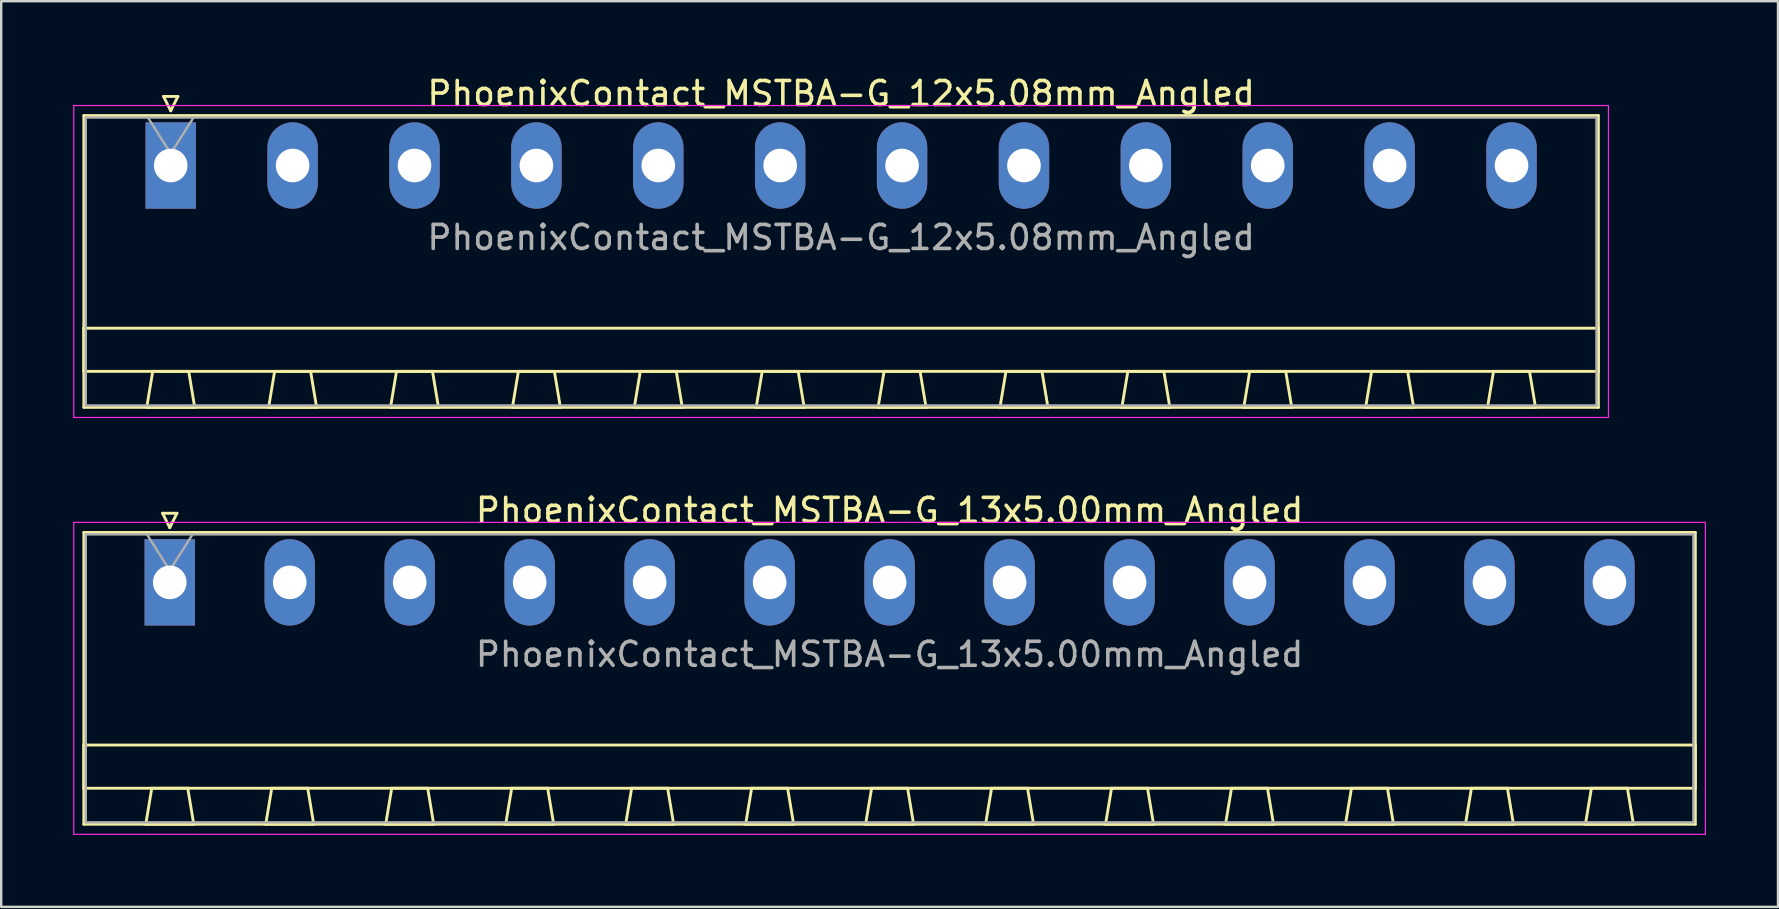
<source format=kicad_pcb>
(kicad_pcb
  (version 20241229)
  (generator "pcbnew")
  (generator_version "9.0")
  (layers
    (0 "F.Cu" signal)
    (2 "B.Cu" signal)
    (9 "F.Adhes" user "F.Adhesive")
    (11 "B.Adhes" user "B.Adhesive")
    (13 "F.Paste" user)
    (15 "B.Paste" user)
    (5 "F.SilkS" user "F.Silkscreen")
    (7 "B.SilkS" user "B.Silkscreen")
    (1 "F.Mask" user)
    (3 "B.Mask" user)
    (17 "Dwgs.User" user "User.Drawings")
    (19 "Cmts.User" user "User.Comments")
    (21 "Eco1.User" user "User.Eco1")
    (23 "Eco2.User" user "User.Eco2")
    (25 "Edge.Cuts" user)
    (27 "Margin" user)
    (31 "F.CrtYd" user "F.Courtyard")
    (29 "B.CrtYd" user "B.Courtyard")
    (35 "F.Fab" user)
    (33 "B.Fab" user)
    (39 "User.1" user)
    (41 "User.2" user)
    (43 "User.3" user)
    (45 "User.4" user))
  (footprint "PhoenixContact_MSTBA-G_13x5.00mm_Angled"
    (layer "F.Cu")
    (at 4.025 21.221)
    (property "Reference" "PhoenixContact_MSTBA-G_13x5.00mm_Angled" (at 30 -3 0) (layer "F.SilkS") (effects (font (size 1 1) (thickness 0.15))))
    (attr through_hole)
    (fp_line (start -3.58 -2.08) (end -3.58 10.08) (stroke (width 0.12) (type solid)) (layer "F.SilkS"))
    (fp_line (start -3.58 6.78) (end 63.58 6.78) (stroke (width 0.12) (type solid)) (layer "F.SilkS"))
    (fp_line (start -3.58 8.58) (end -3.58 6.78) (stroke (width 0.12) (type solid)) (layer "F.SilkS"))
    (fp_line (start -3.58 10.08) (end 63.58 10.08) (stroke (width 0.12) (type solid)) (layer "F.SilkS"))
    (fp_line (start -1 10.08) (end 1 10.08) (stroke (width 0.12) (type solid)) (layer "F.SilkS"))
    (fp_line (start -0.75 8.58) (end -1 10.08) (stroke (width 0.12) (type solid)) (layer "F.SilkS"))
    (fp_line (start -0.3 -2.88) (end 0.3 -2.88) (stroke (width 0.12) (type solid)) (layer "F.SilkS"))
    (fp_line (start 0 -2.28) (end -0.3 -2.88) (stroke (width 0.12) (type solid)) (layer "F.SilkS"))
    (fp_line (start 0.3 -2.88) (end 0 -2.28) (stroke (width 0.12) (type solid)) (layer "F.SilkS"))
    (fp_line (start 0.75 8.58) (end -0.75 8.58) (stroke (width 0.12) (type solid)) (layer "F.SilkS"))
    (fp_line (start 1 10.08) (end 0.75 8.58) (stroke (width 0.12) (type solid)) (layer "F.SilkS"))
    (fp_line (start 4 10.08) (end 6 10.08) (stroke (width 0.12) (type solid)) (layer "F.SilkS"))
    (fp_line (start 4.25 8.58) (end 4 10.08) (stroke (width 0.12) (type solid)) (layer "F.SilkS"))
    (fp_line (start 5.75 8.58) (end 4.25 8.58) (stroke (width 0.12) (type solid)) (layer "F.SilkS"))
    (fp_line (start 6 10.08) (end 5.75 8.58) (stroke (width 0.12) (type solid)) (layer "F.SilkS"))
    (fp_line (start 9 10.08) (end 11 10.08) (stroke (width 0.12) (type solid)) (layer "F.SilkS"))
    (fp_line (start 9.25 8.58) (end 9 10.08) (stroke (width 0.12) (type solid)) (layer "F.SilkS"))
    (fp_line (start 10.75 8.58) (end 9.25 8.58) (stroke (width 0.12) (type solid)) (layer "F.SilkS"))
    (fp_line (start 11 10.08) (end 10.75 8.58) (stroke (width 0.12) (type solid)) (layer "F.SilkS"))
    (fp_line (start 14 10.08) (end 16 10.08) (stroke (width 0.12) (type solid)) (layer "F.SilkS"))
    (fp_line (start 14.25 8.58) (end 14 10.08) (stroke (width 0.12) (type solid)) (layer "F.SilkS"))
    (fp_line (start 15.75 8.58) (end 14.25 8.58) (stroke (width 0.12) (type solid)) (layer "F.SilkS"))
    (fp_line (start 16 10.08) (end 15.75 8.58) (stroke (width 0.12) (type solid)) (layer "F.SilkS"))
    (fp_line (start 19 10.08) (end 21 10.08) (stroke (width 0.12) (type solid)) (layer "F.SilkS"))
    (fp_line (start 19.25 8.58) (end 19 10.08) (stroke (width 0.12) (type solid)) (layer "F.SilkS"))
    (fp_line (start 20.75 8.58) (end 19.25 8.58) (stroke (width 0.12) (type solid)) (layer "F.SilkS"))
    (fp_line (start 21 10.08) (end 20.75 8.58) (stroke (width 0.12) (type solid)) (layer "F.SilkS"))
    (fp_line (start 24 10.08) (end 26 10.08) (stroke (width 0.12) (type solid)) (layer "F.SilkS"))
    (fp_line (start 24.25 8.58) (end 24 10.08) (stroke (width 0.12) (type solid)) (layer "F.SilkS"))
    (fp_line (start 25.75 8.58) (end 24.25 8.58) (stroke (width 0.12) (type solid)) (layer "F.SilkS"))
    (fp_line (start 26 10.08) (end 25.75 8.58) (stroke (width 0.12) (type solid)) (layer "F.SilkS"))
    (fp_line (start 29 10.08) (end 31 10.08) (stroke (width 0.12) (type solid)) (layer "F.SilkS"))
    (fp_line (start 29.25 8.58) (end 29 10.08) (stroke (width 0.12) (type solid)) (layer "F.SilkS"))
    (fp_line (start 30.75 8.58) (end 29.25 8.58) (stroke (width 0.12) (type solid)) (layer "F.SilkS"))
    (fp_line (start 31 10.08) (end 30.75 8.58) (stroke (width 0.12) (type solid)) (layer "F.SilkS"))
    (fp_line (start 34 10.08) (end 36 10.08) (stroke (width 0.12) (type solid)) (layer "F.SilkS"))
    (fp_line (start 34.25 8.58) (end 34 10.08) (stroke (width 0.12) (type solid)) (layer "F.SilkS"))
    (fp_line (start 35.75 8.58) (end 34.25 8.58) (stroke (width 0.12) (type solid)) (layer "F.SilkS"))
    (fp_line (start 36 10.08) (end 35.75 8.58) (stroke (width 0.12) (type solid)) (layer "F.SilkS"))
    (fp_line (start 39 10.08) (end 41 10.08) (stroke (width 0.12) (type solid)) (layer "F.SilkS"))
    (fp_line (start 39.25 8.58) (end 39 10.08) (stroke (width 0.12) (type solid)) (layer "F.SilkS"))
    (fp_line (start 40.75 8.58) (end 39.25 8.58) (stroke (width 0.12) (type solid)) (layer "F.SilkS"))
    (fp_line (start 41 10.08) (end 40.75 8.58) (stroke (width 0.12) (type solid)) (layer "F.SilkS"))
    (fp_line (start 44 10.08) (end 46 10.08) (stroke (width 0.12) (type solid)) (layer "F.SilkS"))
    (fp_line (start 44.25 8.58) (end 44 10.08) (stroke (width 0.12) (type solid)) (layer "F.SilkS"))
    (fp_line (start 45.75 8.58) (end 44.25 8.58) (stroke (width 0.12) (type solid)) (layer "F.SilkS"))
    (fp_line (start 46 10.08) (end 45.75 8.58) (stroke (width 0.12) (type solid)) (layer "F.SilkS"))
    (fp_line (start 49 10.08) (end 51 10.08) (stroke (width 0.12) (type solid)) (layer "F.SilkS"))
    (fp_line (start 49.25 8.58) (end 49 10.08) (stroke (width 0.12) (type solid)) (layer "F.SilkS"))
    (fp_line (start 50.75 8.58) (end 49.25 8.58) (stroke (width 0.12) (type solid)) (layer "F.SilkS"))
    (fp_line (start 51 10.08) (end 50.75 8.58) (stroke (width 0.12) (type solid)) (layer "F.SilkS"))
    (fp_line (start 54 10.08) (end 56 10.08) (stroke (width 0.12) (type solid)) (layer "F.SilkS"))
    (fp_line (start 54.25 8.58) (end 54 10.08) (stroke (width 0.12) (type solid)) (layer "F.SilkS"))
    (fp_line (start 55.75 8.58) (end 54.25 8.58) (stroke (width 0.12) (type solid)) (layer "F.SilkS"))
    (fp_line (start 56 10.08) (end 55.75 8.58) (stroke (width 0.12) (type solid)) (layer "F.SilkS"))
    (fp_line (start 59 10.08) (end 61 10.08) (stroke (width 0.12) (type solid)) (layer "F.SilkS"))
    (fp_line (start 59.25 8.58) (end 59 10.08) (stroke (width 0.12) (type solid)) (layer "F.SilkS"))
    (fp_line (start 60.75 8.58) (end 59.25 8.58) (stroke (width 0.12) (type solid)) (layer "F.SilkS"))
    (fp_line (start 61 10.08) (end 60.75 8.58) (stroke (width 0.12) (type solid)) (layer "F.SilkS"))
    (fp_line (start 63.58 -2.08) (end -3.58 -2.08) (stroke (width 0.12) (type solid)) (layer "F.SilkS"))
    (fp_line (start 63.58 6.78) (end 63.58 8.58) (stroke (width 0.12) (type solid)) (layer "F.SilkS"))
    (fp_line (start 63.58 8.58) (end -3.58 8.58) (stroke (width 0.12) (type solid)) (layer "F.SilkS"))
    (fp_line (start 63.58 10.08) (end 63.58 -2.08) (stroke (width 0.12) (type solid)) (layer "F.SilkS"))
    (fp_line (start -4 -2.5) (end -4 10.5) (stroke (width 0.05) (type solid)) (layer "F.CrtYd"))
    (fp_line (start -4 10.5) (end 64 10.5) (stroke (width 0.05) (type solid)) (layer "F.CrtYd"))
    (fp_line (start 64 -2.5) (end -4 -2.5) (stroke (width 0.05) (type solid)) (layer "F.CrtYd"))
    (fp_line (start 64 10.5) (end 64 -2.5) (stroke (width 0.05) (type solid)) (layer "F.CrtYd"))
    (fp_line (start -3.5 -2) (end -3.5 10) (stroke (width 0.1) (type solid)) (layer "F.Fab"))
    (fp_line (start -3.5 10) (end 63.5 10) (stroke (width 0.1) (type solid)) (layer "F.Fab"))
    (fp_line (start 0 -0.5) (end -0.95 -2) (stroke (width 0.1) (type solid)) (layer "F.Fab"))
    (fp_line (start 0.95 -2) (end 0 -0.5) (stroke (width 0.1) (type solid)) (layer "F.Fab"))
    (fp_line (start 63.5 -2) (end -3.5 -2) (stroke (width 0.1) (type solid)) (layer "F.Fab"))
    (fp_line (start 63.5 10) (end 63.5 -2) (stroke (width 0.1) (type solid)) (layer "F.Fab"))
    (fp_text user "${REFERENCE}" (at 30 3 0) (layer "F.Fab") (effects (font (size 1 1) (thickness 0.15))))
    (pad "1" thru_hole rect (at 0 0) (size 2.1 3.6) (drill 1.4) (layers "*.Cu" "*.Mask"))
    (pad "2" thru_hole oval (at 5 0) (size 2.1 3.6) (drill 1.4) (layers "*.Cu" "*.Mask"))
    (pad "3" thru_hole oval (at 10 0) (size 2.1 3.6) (drill 1.4) (layers "*.Cu" "*.Mask"))
    (pad "4" thru_hole oval (at 15 0) (size 2.1 3.6) (drill 1.4) (layers "*.Cu" "*.Mask"))
    (pad "5" thru_hole oval (at 20 0) (size 2.1 3.6) (drill 1.4) (layers "*.Cu" "*.Mask"))
    (pad "6" thru_hole oval (at 25 0) (size 2.1 3.6) (drill 1.4) (layers "*.Cu" "*.Mask"))
    (pad "7" thru_hole oval (at 30 0) (size 2.1 3.6) (drill 1.4) (layers "*.Cu" "*.Mask"))
    (pad "8" thru_hole oval (at 35 0) (size 2.1 3.6) (drill 1.4) (layers "*.Cu" "*.Mask"))
    (pad "9" thru_hole oval (at 40 0) (size 2.1 3.6) (drill 1.4) (layers "*.Cu" "*.Mask"))
    (pad "10" thru_hole oval (at 45 0) (size 2.1 3.6) (drill 1.4) (layers "*.Cu" "*.Mask"))
    (pad "11" thru_hole oval (at 50 0) (size 2.1 3.6) (drill 1.4) (layers "*.Cu" "*.Mask"))
    (pad "12" thru_hole oval (at 55 0) (size 2.1 3.6) (drill 1.4) (layers "*.Cu" "*.Mask"))
    (pad "13" thru_hole oval (at 60 0) (size 2.1 3.6) (drill 1.4) (layers "*.Cu" "*.Mask")))
  (footprint "PhoenixContact_MSTBA-G_12x5.08mm_Angled"
    (layer "F.Cu")
    (at 4.065 3.848)
    (property "Reference" "PhoenixContact_MSTBA-G_12x5.08mm_Angled" (at 27.94 -3 0) (layer "F.SilkS") (effects (font (size 1 1) (thickness 0.15))))
    (attr through_hole)
    (fp_line (start -3.62 -2.08) (end -3.62 10.08) (stroke (width 0.12) (type solid)) (layer "F.SilkS"))
    (fp_line (start -3.62 6.78) (end 59.5 6.78) (stroke (width 0.12) (type solid)) (layer "F.SilkS"))
    (fp_line (start -3.62 8.58) (end -3.62 6.78) (stroke (width 0.12) (type solid)) (layer "F.SilkS"))
    (fp_line (start -3.62 10.08) (end 59.5 10.08) (stroke (width 0.12) (type solid)) (layer "F.SilkS"))
    (fp_line (start -1 10.08) (end 1 10.08) (stroke (width 0.12) (type solid)) (layer "F.SilkS"))
    (fp_line (start -0.75 8.58) (end -1 10.08) (stroke (width 0.12) (type solid)) (layer "F.SilkS"))
    (fp_line (start -0.3 -2.88) (end 0.3 -2.88) (stroke (width 0.12) (type solid)) (layer "F.SilkS"))
    (fp_line (start 0 -2.28) (end -0.3 -2.88) (stroke (width 0.12) (type solid)) (layer "F.SilkS"))
    (fp_line (start 0.3 -2.88) (end 0 -2.28) (stroke (width 0.12) (type solid)) (layer "F.SilkS"))
    (fp_line (start 0.75 8.58) (end -0.75 8.58) (stroke (width 0.12) (type solid)) (layer "F.SilkS"))
    (fp_line (start 1 10.08) (end 0.75 8.58) (stroke (width 0.12) (type solid)) (layer "F.SilkS"))
    (fp_line (start 4.08 10.08) (end 6.08 10.08) (stroke (width 0.12) (type solid)) (layer "F.SilkS"))
    (fp_line (start 4.33 8.58) (end 4.08 10.08) (stroke (width 0.12) (type solid)) (layer "F.SilkS"))
    (fp_line (start 5.83 8.58) (end 4.33 8.58) (stroke (width 0.12) (type solid)) (layer "F.SilkS"))
    (fp_line (start 6.08 10.08) (end 5.83 8.58) (stroke (width 0.12) (type solid)) (layer "F.SilkS"))
    (fp_line (start 9.16 10.08) (end 11.16 10.08) (stroke (width 0.12) (type solid)) (layer "F.SilkS"))
    (fp_line (start 9.41 8.58) (end 9.16 10.08) (stroke (width 0.12) (type solid)) (layer "F.SilkS"))
    (fp_line (start 10.91 8.58) (end 9.41 8.58) (stroke (width 0.12) (type solid)) (layer "F.SilkS"))
    (fp_line (start 11.16 10.08) (end 10.91 8.58) (stroke (width 0.12) (type solid)) (layer "F.SilkS"))
    (fp_line (start 14.24 10.08) (end 16.24 10.08) (stroke (width 0.12) (type solid)) (layer "F.SilkS"))
    (fp_line (start 14.49 8.58) (end 14.24 10.08) (stroke (width 0.12) (type solid)) (layer "F.SilkS"))
    (fp_line (start 15.99 8.58) (end 14.49 8.58) (stroke (width 0.12) (type solid)) (layer "F.SilkS"))
    (fp_line (start 16.24 10.08) (end 15.99 8.58) (stroke (width 0.12) (type solid)) (layer "F.SilkS"))
    (fp_line (start 19.32 10.08) (end 21.32 10.08) (stroke (width 0.12) (type solid)) (layer "F.SilkS"))
    (fp_line (start 19.57 8.58) (end 19.32 10.08) (stroke (width 0.12) (type solid)) (layer "F.SilkS"))
    (fp_line (start 21.07 8.58) (end 19.57 8.58) (stroke (width 0.12) (type solid)) (layer "F.SilkS"))
    (fp_line (start 21.32 10.08) (end 21.07 8.58) (stroke (width 0.12) (type solid)) (layer "F.SilkS"))
    (fp_line (start 24.4 10.08) (end 26.4 10.08) (stroke (width 0.12) (type solid)) (layer "F.SilkS"))
    (fp_line (start 24.65 8.58) (end 24.4 10.08) (stroke (width 0.12) (type solid)) (layer "F.SilkS"))
    (fp_line (start 26.15 8.58) (end 24.65 8.58) (stroke (width 0.12) (type solid)) (layer "F.SilkS"))
    (fp_line (start 26.4 10.08) (end 26.15 8.58) (stroke (width 0.12) (type solid)) (layer "F.SilkS"))
    (fp_line (start 29.48 10.08) (end 31.48 10.08) (stroke (width 0.12) (type solid)) (layer "F.SilkS"))
    (fp_line (start 29.73 8.58) (end 29.48 10.08) (stroke (width 0.12) (type solid)) (layer "F.SilkS"))
    (fp_line (start 31.23 8.58) (end 29.73 8.58) (stroke (width 0.12) (type solid)) (layer "F.SilkS"))
    (fp_line (start 31.48 10.08) (end 31.23 8.58) (stroke (width 0.12) (type solid)) (layer "F.SilkS"))
    (fp_line (start 34.56 10.08) (end 36.56 10.08) (stroke (width 0.12) (type solid)) (layer "F.SilkS"))
    (fp_line (start 34.81 8.58) (end 34.56 10.08) (stroke (width 0.12) (type solid)) (layer "F.SilkS"))
    (fp_line (start 36.31 8.58) (end 34.81 8.58) (stroke (width 0.12) (type solid)) (layer "F.SilkS"))
    (fp_line (start 36.56 10.08) (end 36.31 8.58) (stroke (width 0.12) (type solid)) (layer "F.SilkS"))
    (fp_line (start 39.64 10.08) (end 41.64 10.08) (stroke (width 0.12) (type solid)) (layer "F.SilkS"))
    (fp_line (start 39.89 8.58) (end 39.64 10.08) (stroke (width 0.12) (type solid)) (layer "F.SilkS"))
    (fp_line (start 41.39 8.58) (end 39.89 8.58) (stroke (width 0.12) (type solid)) (layer "F.SilkS"))
    (fp_line (start 41.64 10.08) (end 41.39 8.58) (stroke (width 0.12) (type solid)) (layer "F.SilkS"))
    (fp_line (start 44.72 10.08) (end 46.72 10.08) (stroke (width 0.12) (type solid)) (layer "F.SilkS"))
    (fp_line (start 44.97 8.58) (end 44.72 10.08) (stroke (width 0.12) (type solid)) (layer "F.SilkS"))
    (fp_line (start 46.47 8.58) (end 44.97 8.58) (stroke (width 0.12) (type solid)) (layer "F.SilkS"))
    (fp_line (start 46.72 10.08) (end 46.47 8.58) (stroke (width 0.12) (type solid)) (layer "F.SilkS"))
    (fp_line (start 49.8 10.08) (end 51.8 10.08) (stroke (width 0.12) (type solid)) (layer "F.SilkS"))
    (fp_line (start 50.05 8.58) (end 49.8 10.08) (stroke (width 0.12) (type solid)) (layer "F.SilkS"))
    (fp_line (start 51.55 8.58) (end 50.05 8.58) (stroke (width 0.12) (type solid)) (layer "F.SilkS"))
    (fp_line (start 51.8 10.08) (end 51.55 8.58) (stroke (width 0.12) (type solid)) (layer "F.SilkS"))
    (fp_line (start 54.88 10.08) (end 56.88 10.08) (stroke (width 0.12) (type solid)) (layer "F.SilkS"))
    (fp_line (start 55.13 8.58) (end 54.88 10.08) (stroke (width 0.12) (type solid)) (layer "F.SilkS"))
    (fp_line (start 56.63 8.58) (end 55.13 8.58) (stroke (width 0.12) (type solid)) (layer "F.SilkS"))
    (fp_line (start 56.88 10.08) (end 56.63 8.58) (stroke (width 0.12) (type solid)) (layer "F.SilkS"))
    (fp_line (start 59.5 -2.08) (end -3.62 -2.08) (stroke (width 0.12) (type solid)) (layer "F.SilkS"))
    (fp_line (start 59.5 6.78) (end 59.5 8.58) (stroke (width 0.12) (type solid)) (layer "F.SilkS"))
    (fp_line (start 59.5 8.58) (end -3.62 8.58) (stroke (width 0.12) (type solid)) (layer "F.SilkS"))
    (fp_line (start 59.5 10.08) (end 59.5 -2.08) (stroke (width 0.12) (type solid)) (layer "F.SilkS"))
    (fp_line (start -4.04 -2.5) (end -4.04 10.5) (stroke (width 0.05) (type solid)) (layer "F.CrtYd"))
    (fp_line (start -4.04 10.5) (end 59.92 10.5) (stroke (width 0.05) (type solid)) (layer "F.CrtYd"))
    (fp_line (start 59.92 -2.5) (end -4.04 -2.5) (stroke (width 0.05) (type solid)) (layer "F.CrtYd"))
    (fp_line (start 59.92 10.5) (end 59.92 -2.5) (stroke (width 0.05) (type solid)) (layer "F.CrtYd"))
    (fp_line (start -3.54 -2) (end -3.54 10) (stroke (width 0.1) (type solid)) (layer "F.Fab"))
    (fp_line (start -3.54 10) (end 59.42 10) (stroke (width 0.1) (type solid)) (layer "F.Fab"))
    (fp_line (start 0 -0.5) (end -0.95 -2) (stroke (width 0.1) (type solid)) (layer "F.Fab"))
    (fp_line (start 0.95 -2) (end 0 -0.5) (stroke (width 0.1) (type solid)) (layer "F.Fab"))
    (fp_line (start 59.42 -2) (end -3.54 -2) (stroke (width 0.1) (type solid)) (layer "F.Fab"))
    (fp_line (start 59.42 10) (end 59.42 -2) (stroke (width 0.1) (type solid)) (layer "F.Fab"))
    (fp_text user "${REFERENCE}" (at 27.94 3 0) (layer "F.Fab") (effects (font (size 1 1) (thickness 0.15))))
    (pad "1" thru_hole rect (at 0 0) (size 2.1 3.6) (drill 1.4) (layers "*.Cu" "*.Mask"))
    (pad "2" thru_hole oval (at 5.08 0) (size 2.1 3.6) (drill 1.4) (layers "*.Cu" "*.Mask"))
    (pad "3" thru_hole oval (at 10.16 0) (size 2.1 3.6) (drill 1.4) (layers "*.Cu" "*.Mask"))
    (pad "4" thru_hole oval (at 15.24 0) (size 2.1 3.6) (drill 1.4) (layers "*.Cu" "*.Mask"))
    (pad "5" thru_hole oval (at 20.32 0) (size 2.1 3.6) (drill 1.4) (layers "*.Cu" "*.Mask"))
    (pad "6" thru_hole oval (at 25.4 0) (size 2.1 3.6) (drill 1.4) (layers "*.Cu" "*.Mask"))
    (pad "7" thru_hole oval (at 30.48 0) (size 2.1 3.6) (drill 1.4) (layers "*.Cu" "*.Mask"))
    (pad "8" thru_hole oval (at 35.56 0) (size 2.1 3.6) (drill 1.4) (layers "*.Cu" "*.Mask"))
    (pad "9" thru_hole oval (at 40.64 0) (size 2.1 3.6) (drill 1.4) (layers "*.Cu" "*.Mask"))
    (pad "10" thru_hole oval (at 45.72 0) (size 2.1 3.6) (drill 1.4) (layers "*.Cu" "*.Mask"))
    (pad "11" thru_hole oval (at 50.8 0) (size 2.1 3.6) (drill 1.4) (layers "*.Cu" "*.Mask"))
    (pad "12" thru_hole oval (at 55.88 0) (size 2.1 3.6) (drill 1.4) (layers "*.Cu" "*.Mask")))
  (gr_rect
    (start -3 -3)
    (end 71.05 34.746)
    (stroke (width 0.1) (type default))
    (fill no)
    (layer "Edge.Cuts")))
</source>
